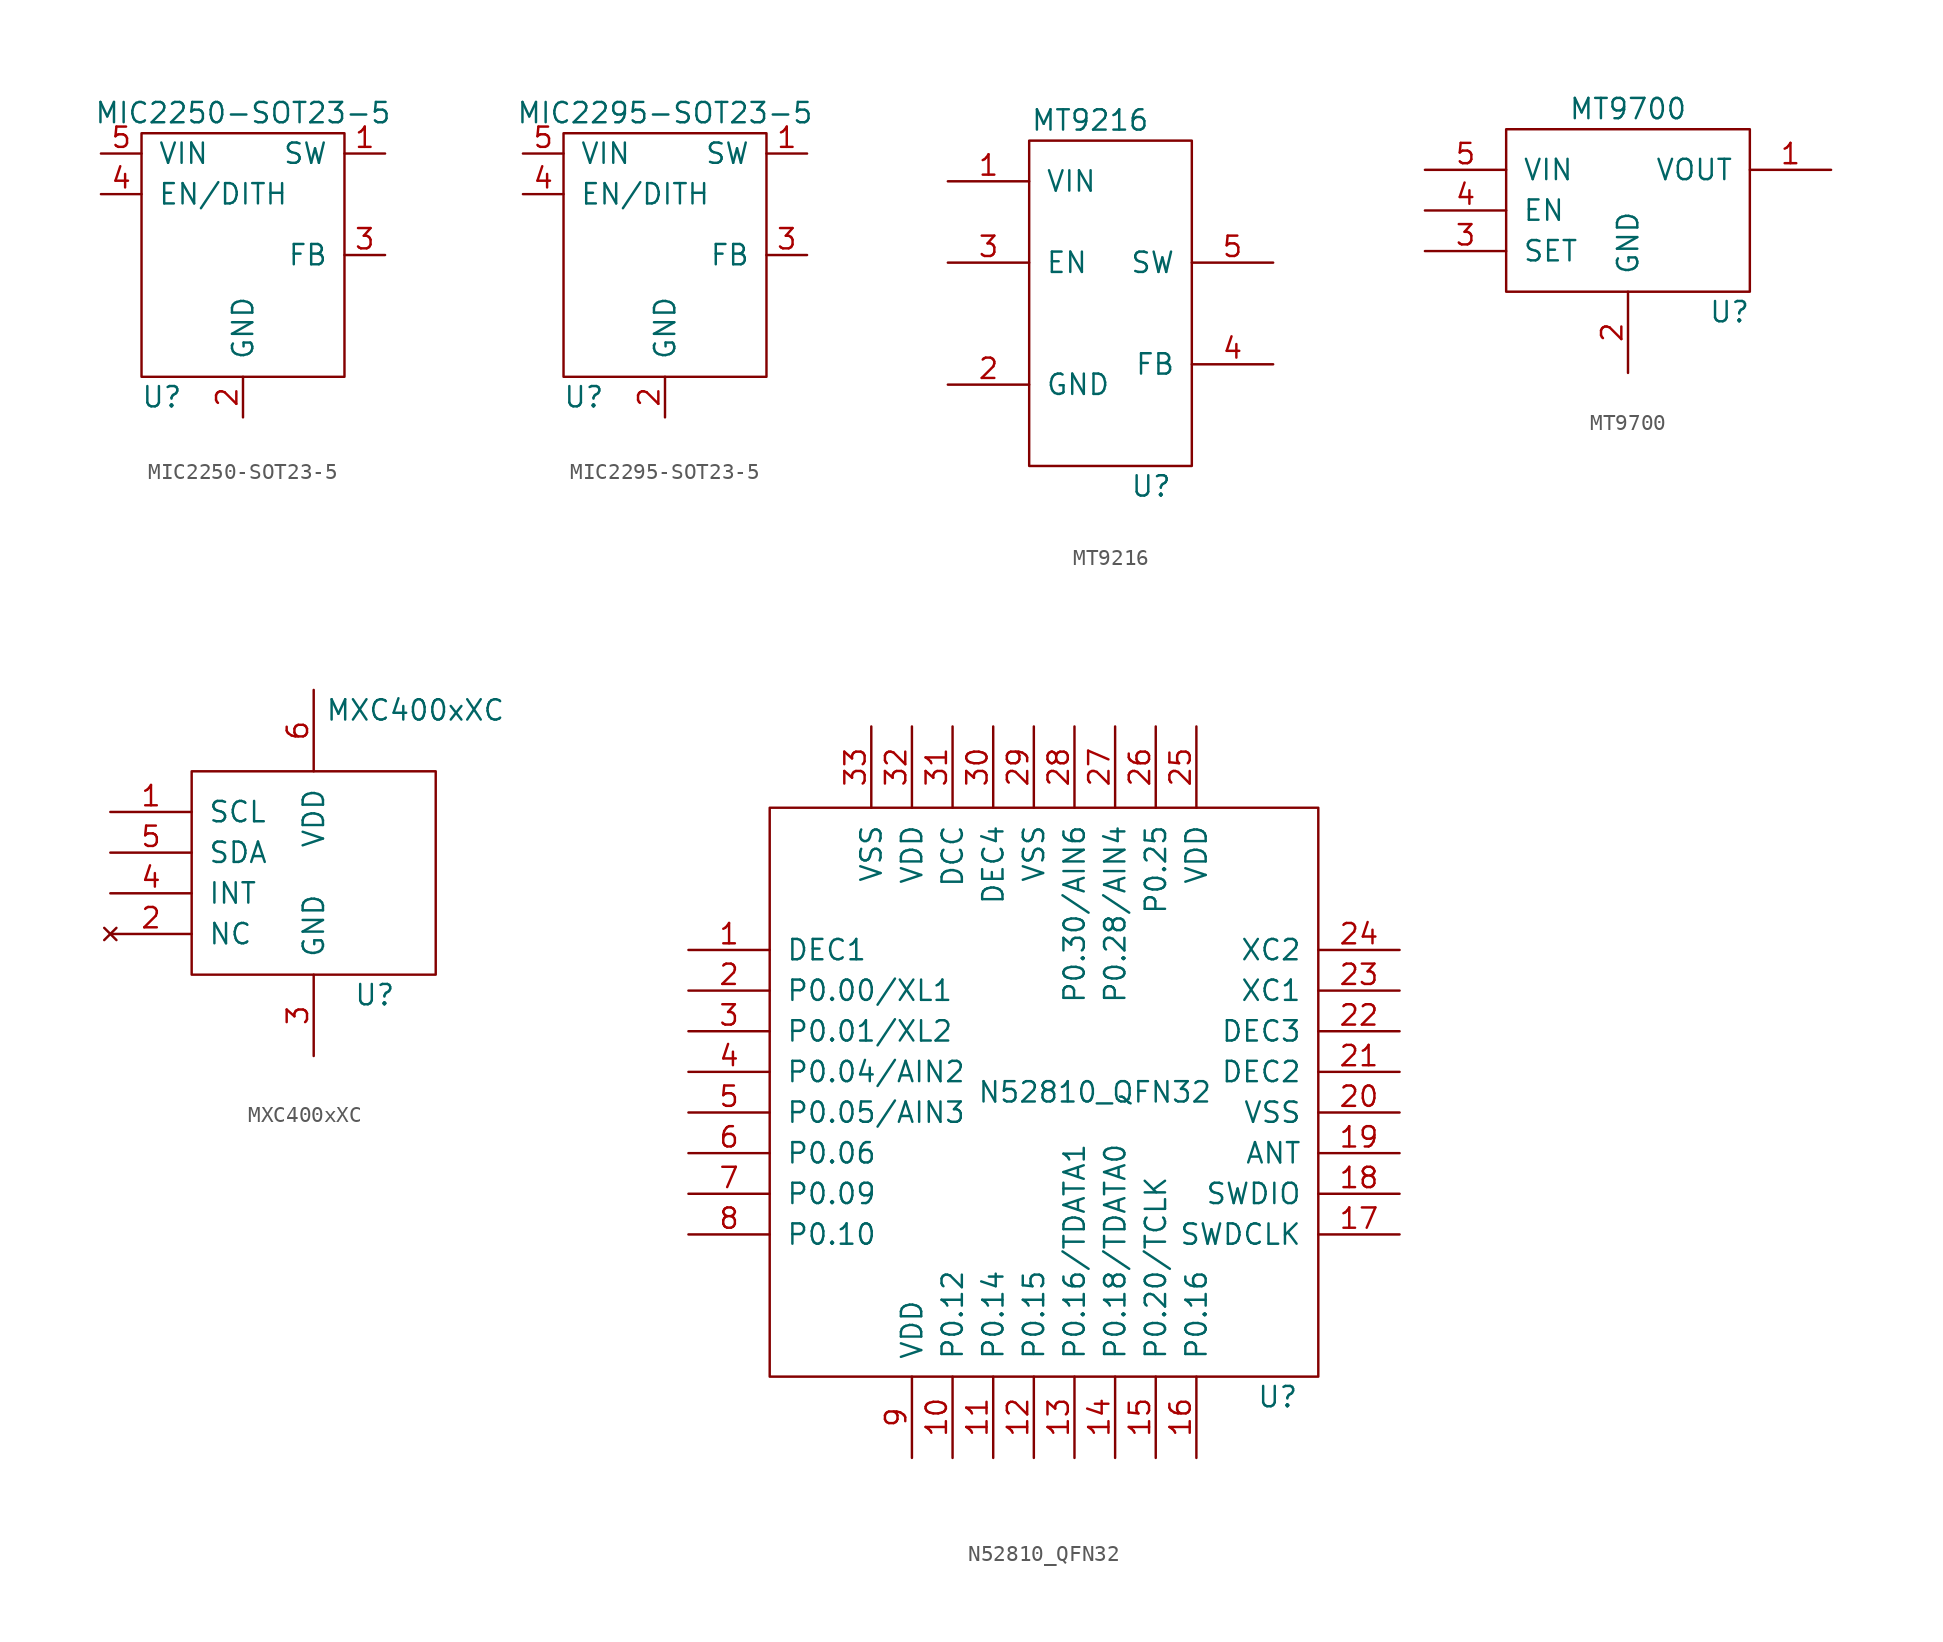
<source format=kicad_sym>
(kicad_symbol_lib
  (version 20231120)
  (generator "kicad_symbol_editor")
  (generator_version "8.0")
  (symbol "MIC2250-SOT23-5"
    (pin_names
      (offset 1.016))
    (property "Reference" "U"
      (at -5.08 -10.16 0)
      (effects (font (size 1.27 1.27))))
    (property "Value" "MIC2250-SOT23-5"
      (at 0 7.62 0)
      (effects (font (size 1.27 1.27))))
    (symbol "MIC2250-SOT23-5_0_1"
      (rectangle (start -6.35 6.35) (end 6.35 -8.89) (stroke (width 0) (type default)) (fill (type none))))
    (symbol "MIC2250-SOT23-5_1_1"
      (pin power_out line (at 8.89 5.08 180) (length 2.54) (name "SW" (effects (font (size 1.27 1.27)))) (number "1" (effects (font (size 1.27 1.27)))))
      (pin power_in line (at 0 -11.43 90) (length 2.54) (name "GND" (effects (font (size 1.27 1.27)))) (number "2" (effects (font (size 1.27 1.27)))))
      (pin input line (at 8.89 -1.27 180) (length 2.54) (name "FB" (effects (font (size 1.27 1.27)))) (number "3" (effects (font (size 1.27 1.27)))))
      (pin input line (at -8.89 2.54 0) (length 2.54) (name "EN/DITH" (effects (font (size 1.27 1.27)))) (number "4" (effects (font (size 1.27 1.27)))))
      (pin power_in line (at -8.89 5.08 0) (length 2.54) (name "VIN" (effects (font (size 1.27 1.27)))) (number "5" (effects (font (size 1.27 1.27)))))))
  (symbol "MIC2295-SOT23-5"
    (pin_names
      (offset 1.016))
    (property "Reference" "U"
      (at -5.08 -10.16 0)
      (effects (font (size 1.27 1.27))))
    (property "Value" "MIC2295-SOT23-5"
      (at 0 7.62 0)
      (effects (font (size 1.27 1.27))))
    (symbol "MIC2295-SOT23-5_0_1"
      (rectangle (start -6.35 6.35) (end 6.35 -8.89) (stroke (width 0) (type default)) (fill (type none))))
    (symbol "MIC2295-SOT23-5_1_1"
      (pin power_out line (at 8.89 5.08 180) (length 2.54) (name "SW" (effects (font (size 1.27 1.27)))) (number "1" (effects (font (size 1.27 1.27)))))
      (pin power_in line (at 0 -11.43 90) (length 2.54) (name "GND" (effects (font (size 1.27 1.27)))) (number "2" (effects (font (size 1.27 1.27)))))
      (pin input line (at 8.89 -1.27 180) (length 2.54) (name "FB" (effects (font (size 1.27 1.27)))) (number "3" (effects (font (size 1.27 1.27)))))
      (pin input line (at -8.89 2.54 0) (length 2.54) (name "EN/DITH" (effects (font (size 1.27 1.27)))) (number "4" (effects (font (size 1.27 1.27)))))
      (pin power_in line (at -8.89 5.08 0) (length 2.54) (name "VIN" (effects (font (size 1.27 1.27)))) (number "5" (effects (font (size 1.27 1.27)))))))
  (symbol "MT9216"
    (pin_names
      (offset 1.016))
    (property "Reference" "U"
      (at 2.54 -11.43 0)
      (effects (font (size 1.27 1.27))))
    (property "Value" "MT9216"
      (at -1.27 11.43 0)
      (effects (font (size 1.27 1.27))))
    (symbol "MT9216_0_1"
      (rectangle (start -5.08 10.16) (end 5.08 -10.16) (stroke (width 0) (type default)) (fill (type none))))
    (symbol "MT9216_1_1"
      (pin power_in line (at -10.16 7.62 0) (length 5.08) (name "VIN" (effects (font (size 1.27 1.27)))) (number "1" (effects (font (size 1.27 1.27)))))
      (pin power_in line (at -10.16 -5.08 0) (length 5.08) (name "GND" (effects (font (size 1.27 1.27)))) (number "2" (effects (font (size 1.27 1.27)))))
      (pin input line (at -10.16 2.54 0) (length 5.08) (name "EN" (effects (font (size 1.27 1.27)))) (number "3" (effects (font (size 1.27 1.27)))))
      (pin input line (at 10.16 -3.81 180) (length 5.08) (name "FB" (effects (font (size 1.27 1.27)))) (number "4" (effects (font (size 1.27 1.27)))))
      (pin power_out line (at 10.16 2.54 180) (length 5.08) (name "SW" (effects (font (size 1.27 1.27)))) (number "5" (effects (font (size 1.27 1.27)))))))
  (symbol "MT9700"
    (pin_names
      (offset 1.016))
    (property "Reference" "U"
      (at 6.35 -6.35 0)
      (effects (font (size 1.27 1.27))))
    (property "Value" "MT9700"
      (at 0 6.35 0)
      (effects (font (size 1.27 1.27))))
    (symbol "MT9700_0_1"
      (rectangle (start -7.62 5.08) (end 7.62 -5.08) (stroke (width 0) (type default)) (fill (type none))))
    (symbol "MT9700_1_1"
      (pin power_out line (at 12.7 2.54 180) (length 5.08) (name "VOUT" (effects (font (size 1.27 1.27)))) (number "1" (effects (font (size 1.27 1.27)))))
      (pin power_in line (at 0 -10.16 90) (length 5.08) (name "GND" (effects (font (size 1.27 1.27)))) (number "2" (effects (font (size 1.27 1.27)))))
      (pin input line (at -12.7 -2.54 0) (length 5.08) (name "SET" (effects (font (size 1.27 1.27)))) (number "3" (effects (font (size 1.27 1.27)))))
      (pin input line (at -12.7 0 0) (length 5.08) (name "EN" (effects (font (size 1.27 1.27)))) (number "4" (effects (font (size 1.27 1.27)))))
      (pin power_in line (at -12.7 2.54 0) (length 5.08) (name "VIN" (effects (font (size 1.27 1.27)))) (number "5" (effects (font (size 1.27 1.27)))))))
  (symbol "MXC400xXC"
    (pin_names
      (offset 1.016))
    (property "Reference" "U"
      (at 3.81 -7.62 0)
      (effects (font (size 1.27 1.27))))
    (property "Value" "MXC400xXC"
      (at 6.35 10.16 0)
      (effects (font (size 1.27 1.27))))
    (symbol "MXC400xXC_0_1"
      (rectangle (start -7.62 6.35) (end 7.62 -6.35) (stroke (width 0) (type default)) (fill (type none))))
    (symbol "MXC400xXC_1_1"
      (pin input line (at -12.7 3.81 0) (length 5.08) (name "SCL" (effects (font (size 1.27 1.27)))) (number "1" (effects (font (size 1.27 1.27)))))
      (pin no_connect line (at -12.7 -3.81 0) (length 5.08) (name "NC" (effects (font (size 1.27 1.27)))) (number "2" (effects (font (size 1.27 1.27)))))
      (pin power_in line (at 0 -11.43 90) (length 5.08) (name "GND" (effects (font (size 1.27 1.27)))) (number "3" (effects (font (size 1.27 1.27)))))
      (pin output line (at -12.7 -1.27 0) (length 5.08) (name "INT" (effects (font (size 1.27 1.27)))) (number "4" (effects (font (size 1.27 1.27)))))
      (pin bidirectional line (at -12.7 1.27 0) (length 5.08) (name "SDA" (effects (font (size 1.27 1.27)))) (number "5" (effects (font (size 1.27 1.27)))))
      (pin power_in line (at 0 11.43 270) (length 5.08) (name "VDD" (effects (font (size 1.27 1.27)))) (number "6" (effects (font (size 1.27 1.27)))))))
  (symbol "N52810_QFN32"
    (pin_names
      (offset 1.016))
    (property "Reference" "U"
      (at 13.97 -19.05 0)
      (effects (font (size 1.27 1.27))))
    (property "Value" "N52810_QFN32"
      (at 2.54 0 0)
      (effects (font (size 1.27 1.27))))
    (symbol "N52810_QFN32_0_1"
      (rectangle (start -17.78 17.78) (end 16.51 -17.78) (stroke (width 0) (type default)) (fill (type none))))
    (symbol "N52810_QFN32_1_1"
      (pin power_out line (at -22.86 8.89 0) (length 5.08) (name "DEC1" (effects (font (size 1.27 1.27)))) (number "1" (effects (font (size 1.27 1.27)))))
      (pin bidirectional line (at -6.35 -22.86 90) (length 5.08) (name "P0.12" (effects (font (size 1.27 1.27)))) (number "10" (effects (font (size 1.27 1.27)))))
      (pin bidirectional line (at -3.81 -22.86 90) (length 5.08) (name "P0.14" (effects (font (size 1.27 1.27)))) (number "11" (effects (font (size 1.27 1.27)))))
      (pin bidirectional line (at -1.27 -22.86 90) (length 5.08) (name "P0.15" (effects (font (size 1.27 1.27)))) (number "12" (effects (font (size 1.27 1.27)))))
      (pin bidirectional line (at 1.27 -22.86 90) (length 5.08) (name "P0.16/TDATA1" (effects (font (size 1.27 1.27)))) (number "13" (effects (font (size 1.27 1.27)))))
      (pin bidirectional line (at 3.81 -22.86 90) (length 5.08) (name "P0.18/TDATA0" (effects (font (size 1.27 1.27)))) (number "14" (effects (font (size 1.27 1.27)))))
      (pin bidirectional line (at 6.35 -22.86 90) (length 5.08) (name "P0.20/TCLK" (effects (font (size 1.27 1.27)))) (number "15" (effects (font (size 1.27 1.27)))))
      (pin bidirectional line (at 8.89 -22.86 90) (length 5.08) (name "P0.16" (effects (font (size 1.27 1.27)))) (number "16" (effects (font (size 1.27 1.27)))))
      (pin bidirectional line (at 21.59 -8.89 180) (length 5.08) (name "SWDCLK" (effects (font (size 1.27 1.27)))) (number "17" (effects (font (size 1.27 1.27)))))
      (pin bidirectional line (at 21.59 -6.35 180) (length 5.08) (name "SWDIO" (effects (font (size 1.27 1.27)))) (number "18" (effects (font (size 1.27 1.27)))))
      (pin output line (at 21.59 -3.81 180) (length 5.08) (name "ANT" (effects (font (size 1.27 1.27)))) (number "19" (effects (font (size 1.27 1.27)))))
      (pin bidirectional line (at -22.86 6.35 0) (length 5.08) (name "P0.00/XL1" (effects (font (size 1.27 1.27)))) (number "2" (effects (font (size 1.27 1.27)))))
      (pin output line (at 21.59 -1.27 180) (length 5.08) (name "VSS" (effects (font (size 1.27 1.27)))) (number "20" (effects (font (size 1.27 1.27)))))
      (pin output line (at 21.59 1.27 180) (length 5.08) (name "DEC2" (effects (font (size 1.27 1.27)))) (number "21" (effects (font (size 1.27 1.27)))))
      (pin output line (at 21.59 3.81 180) (length 5.08) (name "DEC3" (effects (font (size 1.27 1.27)))) (number "22" (effects (font (size 1.27 1.27)))))
      (pin output line (at 21.59 6.35 180) (length 5.08) (name "XC1" (effects (font (size 1.27 1.27)))) (number "23" (effects (font (size 1.27 1.27)))))
      (pin input line (at 21.59 8.89 180) (length 5.08) (name "XC2" (effects (font (size 1.27 1.27)))) (number "24" (effects (font (size 1.27 1.27)))))
      (pin power_in line (at 8.89 22.86 270) (length 5.08) (name "VDD" (effects (font (size 1.27 1.27)))) (number "25" (effects (font (size 1.27 1.27)))))
      (pin bidirectional line (at 6.35 22.86 270) (length 5.08) (name "P0.25" (effects (font (size 1.27 1.27)))) (number "26" (effects (font (size 1.27 1.27)))))
      (pin bidirectional line (at 3.81 22.86 270) (length 5.08) (name "P0.28/AIN4" (effects (font (size 1.27 1.27)))) (number "27" (effects (font (size 1.27 1.27)))))
      (pin bidirectional line (at 1.27 22.86 270) (length 5.08) (name "P0.30/AIN6" (effects (font (size 1.27 1.27)))) (number "28" (effects (font (size 1.27 1.27)))))
      (pin power_in line (at -1.27 22.86 270) (length 5.08) (name "VSS" (effects (font (size 1.27 1.27)))) (number "29" (effects (font (size 1.27 1.27)))))
      (pin bidirectional line (at -22.86 3.81 0) (length 5.08) (name "P0.01/XL2" (effects (font (size 1.27 1.27)))) (number "3" (effects (font (size 1.27 1.27)))))
      (pin output line (at -3.81 22.86 270) (length 5.08) (name "DEC4" (effects (font (size 1.27 1.27)))) (number "30" (effects (font (size 1.27 1.27)))))
      (pin output line (at -6.35 22.86 270) (length 5.08) (name "DCC" (effects (font (size 1.27 1.27)))) (number "31" (effects (font (size 1.27 1.27)))))
      (pin power_in line (at -8.89 22.86 270) (length 5.08) (name "VDD" (effects (font (size 1.27 1.27)))) (number "32" (effects (font (size 1.27 1.27)))))
      (pin power_in line (at -11.43 22.86 270) (length 5.08) (name "VSS" (effects (font (size 1.27 1.27)))) (number "33" (effects (font (size 1.27 1.27)))))
      (pin bidirectional line (at -22.86 1.27 0) (length 5.08) (name "P0.04/AIN2" (effects (font (size 1.27 1.27)))) (number "4" (effects (font (size 1.27 1.27)))))
      (pin bidirectional line (at -22.86 -1.27 0) (length 5.08) (name "P0.05/AIN3" (effects (font (size 1.27 1.27)))) (number "5" (effects (font (size 1.27 1.27)))))
      (pin bidirectional line (at -22.86 -3.81 0) (length 5.08) (name "P0.06" (effects (font (size 1.27 1.27)))) (number "6" (effects (font (size 1.27 1.27)))))
      (pin bidirectional line (at -22.86 -6.35 0) (length 5.08) (name "P0.09" (effects (font (size 1.27 1.27)))) (number "7" (effects (font (size 1.27 1.27)))))
      (pin bidirectional line (at -22.86 -8.89 0) (length 5.08) (name "P0.10" (effects (font (size 1.27 1.27)))) (number "8" (effects (font (size 1.27 1.27)))))
      (pin power_in line (at -8.89 -22.86 90) (length 5.08) (name "VDD" (effects (font (size 1.27 1.27)))) (number "9" (effects (font (size 1.27 1.27))))))))
</source>
